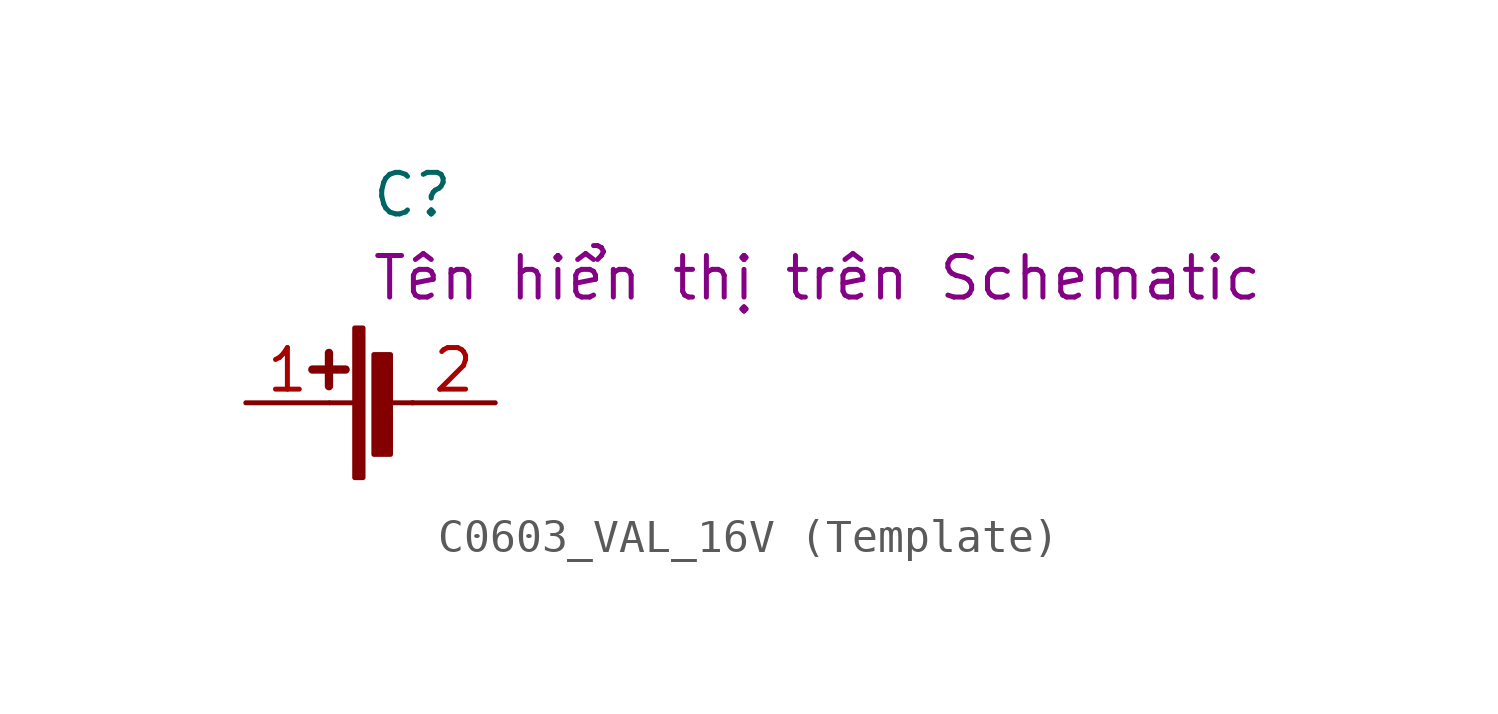
<source format=kicad_sym>
(kicad_symbol_lib
  (version 20211014)
  (generator kicad_symbol_editor)
  (symbol "C0603_VAL_16V (Template)"
    (pin_names
      (offset 1.016))
    (property "Reference" "C"
      (at 0 6.35 0)
      (effects (font (size 1.27 1.27)) (justify left)))
    (property "Symbol" "Tên hiển thị trên Schematic"
      (at 0 3.81 0)
      (effects (font (size 1.27 1.27)) (justify left)))
    (symbol "C0603_VAL_16V (Template)_0_1"
      (rectangle (start -0.483 -2.286) (end -0.229 2.286) (stroke (width 0) (type default) (color 0 0 0 0)) (fill (type outline)))
      (polyline (pts (xy -1.778 1.016) (xy -0.762 1.016)) (stroke (width 0.254) (type default) (color 0 0 0 0)) (fill (type none)))
      (polyline (pts (xy -1.27 0.508) (xy -1.27 1.524)) (stroke (width 0.254) (type default) (color 0 0 0 0)) (fill (type none)))
      (polyline (pts (xy -0.483 0) (xy -1.245 0)) (stroke (width 0) (type default) (color 0 0 0 0)) (fill (type none)))
      (polyline (pts (xy 0.533 0) (xy 1.295 0)) (stroke (width 0) (type default) (color 0 0 0 0)) (fill (type none)))
      (rectangle (start 0.102 -1.575) (end 0.61 1.473) (stroke (width 0) (type default) (color 0 0 0 0)) (fill (type outline))))
    (symbol "C0603_VAL_16V (Template)_1_1"
      (pin passive line (at -3.81 0 0) (length 2.54) (name "~" (effects (font (size 1.27 1.27)))) (number "1" (effects (font (size 1.27 1.27)))))
      (pin passive line (at 3.81 0 180) (length 2.54) (name "~" (effects (font (size 1.27 1.27)))) (number "2" (effects (font (size 1.27 1.27))))))))
</source>
